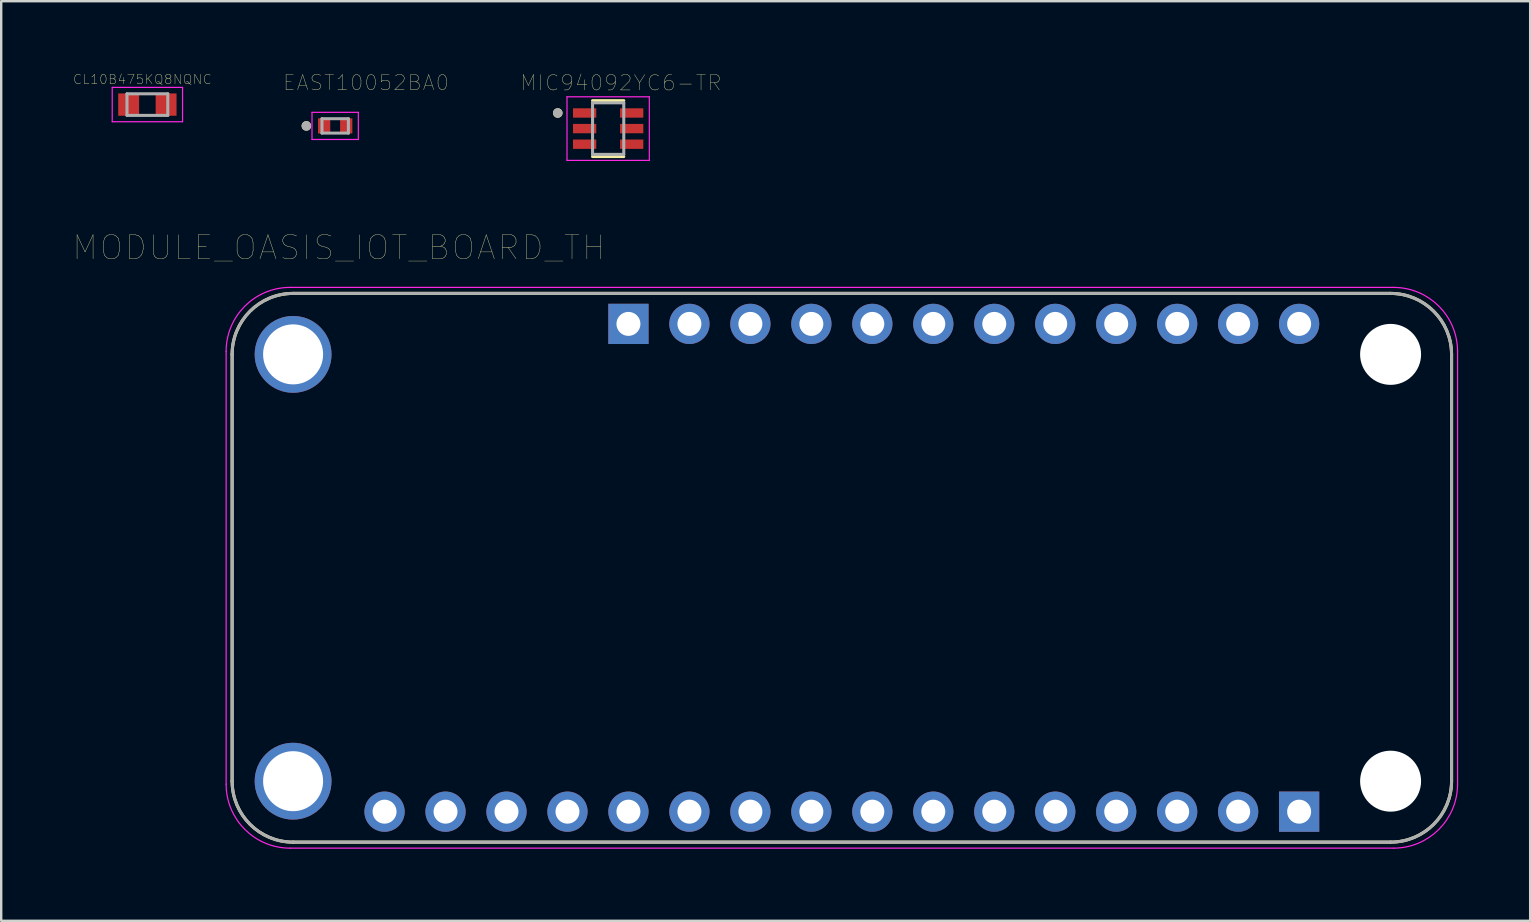
<source format=kicad_pcb>
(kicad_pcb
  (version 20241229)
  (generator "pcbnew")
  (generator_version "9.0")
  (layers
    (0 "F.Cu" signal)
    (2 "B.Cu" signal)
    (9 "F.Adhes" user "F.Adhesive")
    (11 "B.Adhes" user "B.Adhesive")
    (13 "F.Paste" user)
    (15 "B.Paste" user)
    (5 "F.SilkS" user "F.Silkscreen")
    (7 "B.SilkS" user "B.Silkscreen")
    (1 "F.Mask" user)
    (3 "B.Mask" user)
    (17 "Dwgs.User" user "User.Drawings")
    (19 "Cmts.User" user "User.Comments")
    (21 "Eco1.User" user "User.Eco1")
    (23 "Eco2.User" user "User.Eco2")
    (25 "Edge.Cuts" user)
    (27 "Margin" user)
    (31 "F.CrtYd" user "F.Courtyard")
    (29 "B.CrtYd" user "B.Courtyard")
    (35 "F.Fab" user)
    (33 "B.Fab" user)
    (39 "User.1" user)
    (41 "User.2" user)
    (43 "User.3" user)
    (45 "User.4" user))
  (footprint "CL10B475KQ8NQNC"
    (layer "F.Cu")
    (at 3.09 1.307)
    (property "Reference" "CL10B475KQ8NQNC" (at -0.21 -1.05 0) (layer "F.SilkS") (effects (font (size 0.394 0.394) (thickness 0.015))))
    (attr through_hole)
    (fp_line (start -1.465 -0.715) (end 1.465 -0.715) (stroke (width 0.05) (type solid)) (layer "F.CrtYd"))
    (fp_line (start -1.465 0.715) (end -1.465 -0.715) (stroke (width 0.05) (type solid)) (layer "F.CrtYd"))
    (fp_line (start -1.465 0.715) (end 1.465 0.715) (stroke (width 0.05) (type solid)) (layer "F.CrtYd"))
    (fp_line (start 1.465 0.715) (end 1.465 -0.715) (stroke (width 0.05) (type solid)) (layer "F.CrtYd"))
    (fp_line (start -0.85 0.45) (end -0.85 -0.45) (stroke (width 0.127) (type solid)) (layer "F.Fab"))
    (fp_line (start 0.85 -0.45) (end -0.85 -0.45) (stroke (width 0.127) (type solid)) (layer "F.Fab"))
    (fp_line (start 0.85 0.45) (end -0.85 0.45) (stroke (width 0.127) (type solid)) (layer "F.Fab"))
    (fp_line (start 0.85 0.45) (end 0.85 -0.45) (stroke (width 0.127) (type solid)) (layer "F.Fab"))
    (pad "1" smd rect (at -0.78 0) (size 0.87 0.93) (layers "F.Cu" "F.Mask" "F.Paste"))
    (pad "2" smd rect (at 0.78 0) (size 0.87 0.93) (layers "F.Cu" "F.Mask" "F.Paste")))
  (footprint "EAST10052BA0"
    (layer "F.Cu")
    (at 10.913 2.195)
    (property "Reference" "EAST10052BA0" (at 1.285 -1.8 0) (layer "F.SilkS") (effects (font (size 0.63 0.63) (thickness 0.015))))
    (attr through_hole)
    (fp_circle (center -1.2 0) (end -1.1 0) (stroke (width 0.2) (type solid)) (fill no) (layer "F.SilkS"))
    (fp_line (start -0.965 -0.565) (end 0.965 -0.565) (stroke (width 0.05) (type solid)) (layer "F.CrtYd"))
    (fp_line (start -0.965 0.565) (end -0.965 -0.565) (stroke (width 0.05) (type solid)) (layer "F.CrtYd"))
    (fp_line (start 0.965 -0.565) (end 0.965 0.565) (stroke (width 0.05) (type solid)) (layer "F.CrtYd"))
    (fp_line (start 0.965 0.565) (end -0.965 0.565) (stroke (width 0.05) (type solid)) (layer "F.CrtYd"))
    (fp_line (start -0.55 -0.3) (end -0.55 0.3) (stroke (width 0.127) (type solid)) (layer "F.Fab"))
    (fp_line (start -0.55 -0.3) (end 0.55 -0.3) (stroke (width 0.127) (type solid)) (layer "F.Fab"))
    (fp_line (start -0.55 0.3) (end 0.55 0.3) (stroke (width 0.127) (type solid)) (layer "F.Fab"))
    (fp_line (start 0.55 -0.3) (end 0.55 0.3) (stroke (width 0.127) (type solid)) (layer "F.Fab"))
    (fp_circle (center -1.2 0) (end -1.1 0) (stroke (width 0.2) (type solid)) (fill no) (layer "F.Fab"))
    (pad "A" smd rect (at 0.46 0) (size 0.51 0.63) (layers "F.Cu" "F.Mask" "F.Paste"))
    (pad "C" smd rect (at -0.46 0) (size 0.51 0.63) (layers "F.Cu" "F.Mask" "F.Paste")))
  (footprint "MODULE_OASIS_IOT_BOARD_TH"
    (layer "F.Cu")
    (at 32.02 20.603)
    (property "Reference" "MODULE_OASIS_IOT_BOARD_TH" (at -20.955 -13.335 0) (layer "F.SilkS") (effects (font (size 1 1) (thickness 0.015))))
    (attr through_hole)
    (fp_line (start -25.4 8.89) (end -25.4 -8.89) (stroke (width 0.127) (type solid)) (layer "F.SilkS"))
    (fp_line (start -22.86 -11.43) (end 22.86 -11.43) (stroke (width 0.127) (type solid)) (layer "F.SilkS"))
    (fp_line (start 22.86 11.43) (end -22.86 11.43) (stroke (width 0.127) (type solid)) (layer "F.SilkS"))
    (fp_line (start 25.4 -8.89) (end 25.4 8.89) (stroke (width 0.127) (type solid)) (layer "F.SilkS"))
    (fp_arc (start -25.4 -8.89) (mid -24.656051 -10.686051) (end -22.86 -11.43) (stroke (width 0.127) (type solid)) (layer "F.SilkS"))
    (fp_arc (start -22.86 11.43) (mid -24.656051 10.686051) (end -25.4 8.89) (stroke (width 0.127) (type solid)) (layer "F.SilkS"))
    (fp_arc (start 22.86 -11.43) (mid 24.656051 -10.686051) (end 25.4 -8.89) (stroke (width 0.127) (type solid)) (layer "F.SilkS"))
    (fp_arc (start 25.4 8.89) (mid 24.656051 10.686051) (end 22.86 11.43) (stroke (width 0.127) (type solid)) (layer "F.SilkS"))
    (fp_line (start -25.65 9.015) (end -25.65 -9.015) (stroke (width 0.05) (type solid)) (layer "F.CrtYd"))
    (fp_line (start -22.985 -11.68) (end 22.985 -11.68) (stroke (width 0.05) (type solid)) (layer "F.CrtYd"))
    (fp_line (start 22.985 11.68) (end -22.985 11.68) (stroke (width 0.05) (type solid)) (layer "F.CrtYd"))
    (fp_line (start 25.65 -9.015) (end 25.65 9.015) (stroke (width 0.05) (type solid)) (layer "F.CrtYd"))
    (fp_arc (start -25.65 -9.015) (mid -24.86944 -10.89944) (end -22.985 -11.68) (stroke (width 0.05) (type solid)) (layer "F.CrtYd"))
    (fp_arc (start -22.985 11.68) (mid -24.86944 10.89944) (end -25.65 9.015) (stroke (width 0.05) (type solid)) (layer "F.CrtYd"))
    (fp_arc (start 22.985 -11.68) (mid 24.86944 -10.89944) (end 25.65 -9.015) (stroke (width 0.05) (type solid)) (layer "F.CrtYd"))
    (fp_arc (start 25.65 9.015) (mid 24.86944 10.89944) (end 22.985 11.68) (stroke (width 0.05) (type solid)) (layer "F.CrtYd"))
    (fp_line (start -25.4 8.89) (end -25.4 -8.89) (stroke (width 0.127) (type solid)) (layer "F.Fab"))
    (fp_line (start -22.86 -11.43) (end 22.86 -11.43) (stroke (width 0.127) (type solid)) (layer "F.Fab"))
    (fp_line (start 22.86 11.43) (end -22.86 11.43) (stroke (width 0.127) (type solid)) (layer "F.Fab"))
    (fp_line (start 25.4 -8.89) (end 25.4 8.89) (stroke (width 0.127) (type solid)) (layer "F.Fab"))
    (fp_arc (start -25.4 -8.89) (mid -24.656051 -10.686051) (end -22.86 -11.43) (stroke (width 0.127) (type solid)) (layer "F.Fab"))
    (fp_arc (start -22.86 11.43) (mid -24.656051 10.686051) (end -25.4 8.89) (stroke (width 0.127) (type solid)) (layer "F.Fab"))
    (fp_arc (start 22.86 -11.43) (mid 24.656051 -10.686051) (end 25.4 -8.89) (stroke (width 0.127) (type solid)) (layer "F.Fab"))
    (fp_arc (start 25.4 8.89) (mid 24.656051 10.686051) (end 22.86 11.43) (stroke (width 0.127) (type solid)) (layer "F.Fab"))
    (pad "" np_thru_hole circle (at 22.86 -8.89) (size 2.54 2.54) (drill 2.54) (layers "*.Cu" "*.Mask"))
    (pad "" np_thru_hole circle (at 22.86 8.89) (size 2.54 2.54) (drill 2.54) (layers "*.Cu" "*.Mask"))
    (pad "JP00" thru_hole rect (at -8.89 -10.16) (size 1.676 1.676) (drill 1) (layers "*.Cu" "*.Mask"))
    (pad "JP01" thru_hole circle (at -6.35 -10.16) (size 1.676 1.676) (drill 1) (layers "*.Cu" "*.Mask"))
    (pad "JP02" thru_hole circle (at -3.81 -10.16) (size 1.676 1.676) (drill 1) (layers "*.Cu" "*.Mask"))
    (pad "JP03" thru_hole circle (at -1.27 -10.16) (size 1.676 1.676) (drill 1) (layers "*.Cu" "*.Mask"))
    (pad "JP04" thru_hole circle (at 1.27 -10.16) (size 1.676 1.676) (drill 1) (layers "*.Cu" "*.Mask"))
    (pad "JP05" thru_hole circle (at 3.81 -10.16) (size 1.676 1.676) (drill 1) (layers "*.Cu" "*.Mask"))
    (pad "JP06" thru_hole circle (at 6.35 -10.16) (size 1.676 1.676) (drill 1) (layers "*.Cu" "*.Mask"))
    (pad "JP07" thru_hole circle (at 8.89 -10.16) (size 1.676 1.676) (drill 1) (layers "*.Cu" "*.Mask"))
    (pad "JP08" thru_hole circle (at 11.43 -10.16) (size 1.676 1.676) (drill 1) (layers "*.Cu" "*.Mask"))
    (pad "JP09" thru_hole circle (at 13.97 -10.16) (size 1.676 1.676) (drill 1) (layers "*.Cu" "*.Mask"))
    (pad "JP10" thru_hole circle (at 16.51 -10.16) (size 1.676 1.676) (drill 1) (layers "*.Cu" "*.Mask"))
    (pad "JP11" thru_hole circle (at 19.05 -10.16) (size 1.676 1.676) (drill 1) (layers "*.Cu" "*.Mask"))
    (pad "JP12" thru_hole circle (at -19.05 10.16) (size 1.676 1.676) (drill 1) (layers "*.Cu" "*.Mask"))
    (pad "JP13" thru_hole circle (at -16.51 10.16) (size 1.676 1.676) (drill 1) (layers "*.Cu" "*.Mask"))
    (pad "JP14" thru_hole circle (at -13.97 10.16) (size 1.676 1.676) (drill 1) (layers "*.Cu" "*.Mask"))
    (pad "JP15" thru_hole circle (at -11.43 10.16) (size 1.676 1.676) (drill 1) (layers "*.Cu" "*.Mask"))
    (pad "JP16" thru_hole circle (at -8.89 10.16) (size 1.676 1.676) (drill 1) (layers "*.Cu" "*.Mask"))
    (pad "JP17" thru_hole circle (at -6.35 10.16) (size 1.676 1.676) (drill 1) (layers "*.Cu" "*.Mask"))
    (pad "JP18" thru_hole circle (at -3.81 10.16) (size 1.676 1.676) (drill 1) (layers "*.Cu" "*.Mask"))
    (pad "JP19" thru_hole circle (at -1.27 10.16) (size 1.676 1.676) (drill 1) (layers "*.Cu" "*.Mask"))
    (pad "JP20" thru_hole circle (at 1.27 10.16) (size 1.676 1.676) (drill 1) (layers "*.Cu" "*.Mask"))
    (pad "JP21" thru_hole circle (at 3.81 10.16) (size 1.676 1.676) (drill 1) (layers "*.Cu" "*.Mask"))
    (pad "JP22" thru_hole circle (at 6.35 10.16) (size 1.676 1.676) (drill 1) (layers "*.Cu" "*.Mask"))
    (pad "JP23" thru_hole circle (at 8.89 10.16) (size 1.676 1.676) (drill 1) (layers "*.Cu" "*.Mask"))
    (pad "JP24" thru_hole circle (at 11.43 10.16) (size 1.676 1.676) (drill 1) (layers "*.Cu" "*.Mask"))
    (pad "JP25" thru_hole circle (at 13.97 10.16) (size 1.676 1.676) (drill 1) (layers "*.Cu" "*.Mask"))
    (pad "JP26" thru_hole circle (at 16.51 10.16) (size 1.676 1.676) (drill 1) (layers "*.Cu" "*.Mask"))
    (pad "JP27" thru_hole rect (at 19.05 10.16) (size 1.676 1.676) (drill 1) (layers "*.Cu" "*.Mask"))
    (pad "P1" thru_hole circle (at -22.86 -8.89) (size 3.2 3.2) (drill 2.5) (layers "*.Cu" "*.Mask"))
    (pad "P2" thru_hole circle (at -22.86 8.89) (size 3.2 3.2) (drill 2.5) (layers "*.Cu" "*.Mask")))
  (footprint "MIC94092YC6-TR"
    (layer "F.Cu")
    (at 22.285 2.307)
    (property "Reference" "MIC94092YC6-TR" (at 0.532 -1.906 0) (layer "F.SilkS") (effects (font (size 0.64 0.64) (thickness 0.015))))
    (attr through_hole)
    (fp_line (start -0.65 -1.165) (end 0.65 -1.165) (stroke (width 0.127) (type solid)) (layer "F.SilkS"))
    (fp_line (start -0.65 1.165) (end 0.65 1.165) (stroke (width 0.127) (type solid)) (layer "F.SilkS"))
    (fp_circle (center -2.1 -0.65) (end -2 -0.65) (stroke (width 0.2) (type solid)) (fill no) (layer "F.SilkS"))
    (fp_line (start -1.715 -1.325) (end 1.715 -1.325) (stroke (width 0.05) (type solid)) (layer "F.CrtYd"))
    (fp_line (start -1.715 1.325) (end -1.715 -1.325) (stroke (width 0.05) (type solid)) (layer "F.CrtYd"))
    (fp_line (start 1.715 1.325) (end -1.715 1.325) (stroke (width 0.05) (type solid)) (layer "F.CrtYd"))
    (fp_line (start 1.715 1.325) (end 1.715 -1.325) (stroke (width 0.05) (type solid)) (layer "F.CrtYd"))
    (fp_line (start -0.65 -1.075) (end 0.65 -1.075) (stroke (width 0.127) (type solid)) (layer "F.Fab"))
    (fp_line (start -0.65 1.075) (end -0.65 -1.075) (stroke (width 0.127) (type solid)) (layer "F.Fab"))
    (fp_line (start 0.65 -1.075) (end 0.65 1.075) (stroke (width 0.127) (type solid)) (layer "F.Fab"))
    (fp_line (start 0.65 1.075) (end -0.65 1.075) (stroke (width 0.127) (type solid)) (layer "F.Fab"))
    (fp_circle (center -2.1 -0.65) (end -2 -0.65) (stroke (width 0.2) (type solid)) (fill no) (layer "F.Fab"))
    (pad "1" smd rect (at -0.98 -0.65) (size 0.97 0.39) (layers "F.Cu" "F.Mask" "F.Paste"))
    (pad "2" smd rect (at -0.98 0) (size 0.97 0.39) (layers "F.Cu" "F.Mask" "F.Paste"))
    (pad "3" smd rect (at -0.98 0.65) (size 0.97 0.39) (layers "F.Cu" "F.Mask" "F.Paste"))
    (pad "4" smd rect (at 0.98 0.65) (size 0.97 0.39) (layers "F.Cu" "F.Mask" "F.Paste"))
    (pad "5" smd rect (at 0.98 0) (size 0.97 0.39) (layers "F.Cu" "F.Mask" "F.Paste"))
    (pad "6" smd rect (at 0.98 -0.65) (size 0.97 0.39) (layers "F.Cu" "F.Mask" "F.Paste")))
  (gr_rect
    (start -3 -3)
    (end 60.695 35.308)
    (stroke (width 0.1) (type default))
    (fill no)
    (layer "Edge.Cuts")))
</source>
